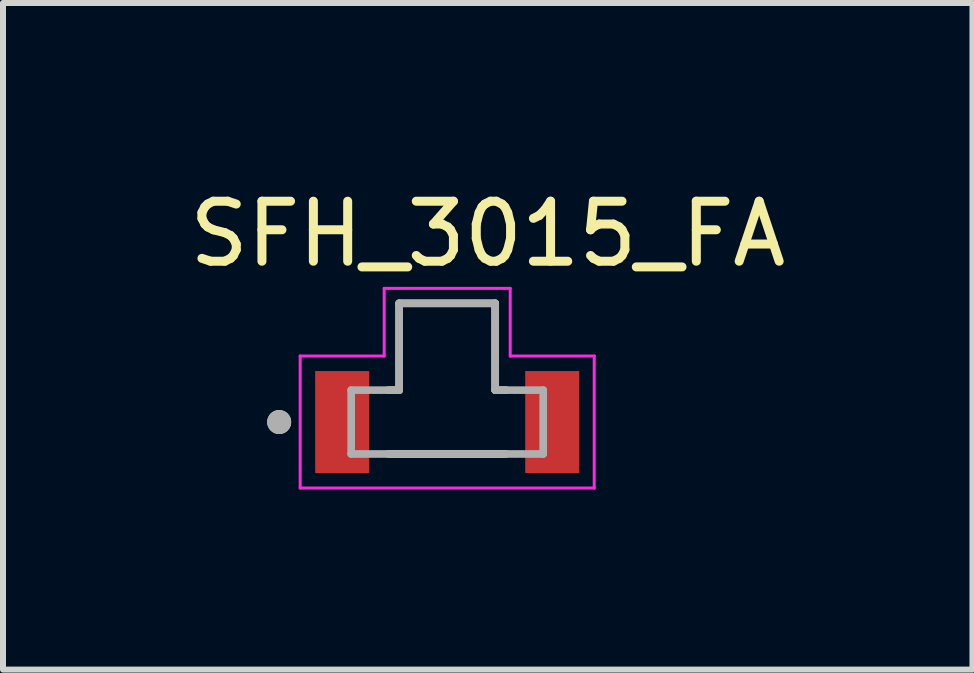
<source format=kicad_pcb>
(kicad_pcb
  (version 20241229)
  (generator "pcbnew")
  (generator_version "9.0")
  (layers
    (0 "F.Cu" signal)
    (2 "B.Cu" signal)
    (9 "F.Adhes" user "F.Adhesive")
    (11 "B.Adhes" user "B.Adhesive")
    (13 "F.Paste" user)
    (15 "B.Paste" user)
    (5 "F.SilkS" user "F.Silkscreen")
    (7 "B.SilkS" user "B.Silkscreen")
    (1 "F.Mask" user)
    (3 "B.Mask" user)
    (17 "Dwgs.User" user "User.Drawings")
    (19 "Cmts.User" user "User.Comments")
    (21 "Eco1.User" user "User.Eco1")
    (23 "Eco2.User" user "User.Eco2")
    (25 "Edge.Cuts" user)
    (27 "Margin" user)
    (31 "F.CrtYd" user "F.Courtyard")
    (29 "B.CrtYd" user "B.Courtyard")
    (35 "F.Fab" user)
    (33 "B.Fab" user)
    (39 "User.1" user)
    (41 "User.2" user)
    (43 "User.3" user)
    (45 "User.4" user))
  (footprint "SFH_3015_FA"
    (layer "F.Cu")
    (at 4.402 3.983)
    (property "Reference" "SFH_3015_FA" (at 0.675 -3.135 0) (layer "F.SilkS") (effects (font (size 1 1) (thickness 0.15))))
    (attr smd)
    (fp_poly (pts (xy -2.1 -0.75) (xy -1.1 -0.75) (xy -1.1 0.75) (xy -2.1 0.75)) (stroke (width 0.01) (type solid)) (fill yes) (layer "F.Mask"))
    (fp_poly (pts (xy 2.1 0.75) (xy 1.1 0.75) (xy 1.1 -0.75) (xy 2.1 -0.75)) (stroke (width 0.01) (type solid)) (fill yes) (layer "F.Mask"))
    (fp_line (start -0.98 0.532) (end 0.98 0.532) (stroke (width 0.127) (type solid)) (layer "F.SilkS"))
    (fp_line (start -0.8 -1.978) (end 0.8 -1.978) (stroke (width 0.127) (type solid)) (layer "F.SilkS"))
    (fp_line (start -0.8 -0.532) (end -0.98 -0.532) (stroke (width 0.127) (type solid)) (layer "F.SilkS"))
    (fp_line (start -0.8 -0.532) (end -0.8 -1.978) (stroke (width 0.127) (type solid)) (layer "F.SilkS"))
    (fp_line (start 0.8 -1.978) (end 0.8 -0.532) (stroke (width 0.127) (type solid)) (layer "F.SilkS"))
    (fp_line (start 0.8 -0.532) (end 0.98 -0.532) (stroke (width 0.127) (type solid)) (layer "F.SilkS"))
    (fp_circle (center -2.8 0) (end -2.7 0) (stroke (width 0.2) (type solid)) (fill no) (layer "F.SilkS"))
    (fp_poly (pts (xy -2.05 -0.7) (xy -1.3 -0.7) (xy -1.3 -0.5) (xy -1.5 -0.5) (xy -1.5 0.5) (xy -1.3 0.5) (xy -1.3 0.7) (xy -2.05 0.7)) (stroke (width 0.01) (type solid)) (fill yes) (layer "F.Paste"))
    (fp_poly (pts (xy 2.05 0.7) (xy 1.3 0.7) (xy 1.3 0.5) (xy 1.5 0.5) (xy 1.5 -0.5) (xy 1.3 -0.5) (xy 1.3 -0.7) (xy 2.05 -0.7)) (stroke (width 0.01) (type solid)) (fill yes) (layer "F.Paste"))
    (fp_line (start -2.45 -1.1) (end -1.05 -1.1) (stroke (width 0.05) (type solid)) (layer "F.CrtYd"))
    (fp_line (start -2.45 1.1) (end -2.45 -1.1) (stroke (width 0.05) (type solid)) (layer "F.CrtYd"))
    (fp_line (start -1.05 -2.228) (end 1.05 -2.228) (stroke (width 0.05) (type solid)) (layer "F.CrtYd"))
    (fp_line (start -1.05 -1.1) (end -1.05 -2.228) (stroke (width 0.05) (type solid)) (layer "F.CrtYd"))
    (fp_line (start 1.05 -2.228) (end 1.05 -1.1) (stroke (width 0.05) (type solid)) (layer "F.CrtYd"))
    (fp_line (start 1.05 -1.1) (end 2.45 -1.1) (stroke (width 0.05) (type solid)) (layer "F.CrtYd"))
    (fp_line (start 2.45 -1.1) (end 2.45 1.1) (stroke (width 0.05) (type solid)) (layer "F.CrtYd"))
    (fp_line (start 2.45 1.1) (end -2.45 1.1) (stroke (width 0.05) (type solid)) (layer "F.CrtYd"))
    (fp_line (start -1.6 -0.532) (end -0.8 -0.532) (stroke (width 0.127) (type solid)) (layer "F.Fab"))
    (fp_line (start -1.6 0.532) (end -1.6 -0.532) (stroke (width 0.127) (type solid)) (layer "F.Fab"))
    (fp_line (start -0.8 -1.978) (end 0.8 -1.978) (stroke (width 0.127) (type solid)) (layer "F.Fab"))
    (fp_line (start -0.8 -0.532) (end -0.8 -1.978) (stroke (width 0.127) (type solid)) (layer "F.Fab"))
    (fp_line (start 0.8 -1.978) (end 0.8 -0.532) (stroke (width 0.127) (type solid)) (layer "F.Fab"))
    (fp_line (start 0.8 -0.532) (end 1.6 -0.532) (stroke (width 0.127) (type solid)) (layer "F.Fab"))
    (fp_line (start 1.6 -0.532) (end 1.6 0.532) (stroke (width 0.127) (type solid)) (layer "F.Fab"))
    (fp_line (start 1.6 0.532) (end -1.6 0.532) (stroke (width 0.127) (type solid)) (layer "F.Fab"))
    (fp_circle (center -2.8 0) (end -2.7 0) (stroke (width 0.2) (type solid)) (fill no) (layer "F.Fab"))
    (pad "1" smd rect (at -1.75 0) (size 0.9 1.7) (layers "F.Cu"))
    (pad "2" smd rect (at 1.75 0) (size 0.9 1.7) (layers "F.Cu")))
  (gr_rect
    (start -3 -3)
    (end 13.155 8.108)
    (stroke (width 0.1) (type default))
    (fill no)
    (layer "Edge.Cuts")))
</source>
